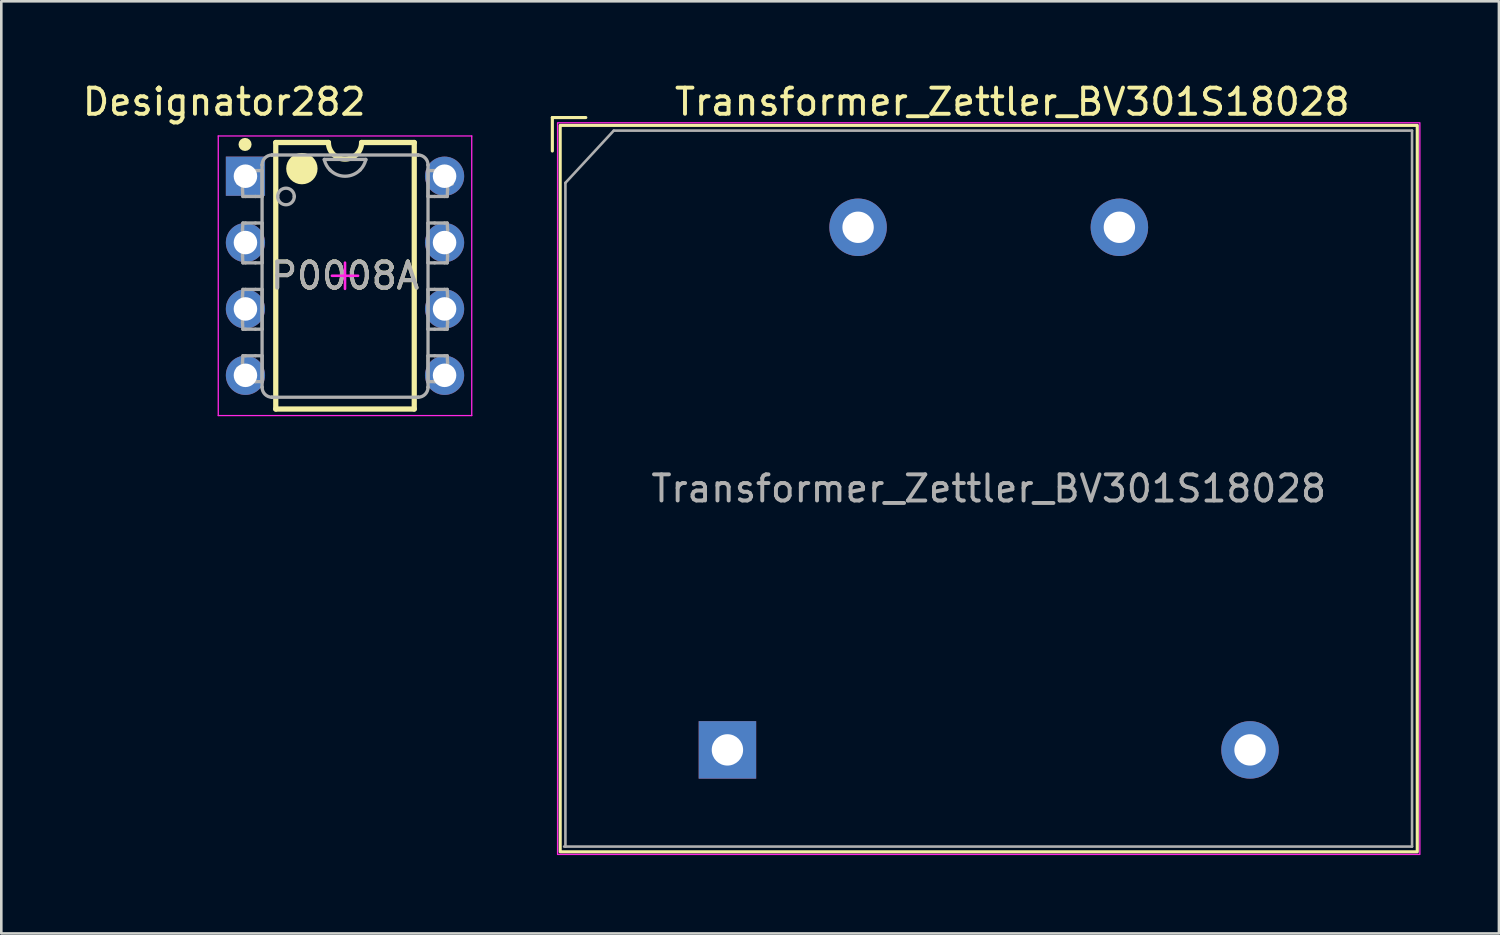
<source format=kicad_pcb>
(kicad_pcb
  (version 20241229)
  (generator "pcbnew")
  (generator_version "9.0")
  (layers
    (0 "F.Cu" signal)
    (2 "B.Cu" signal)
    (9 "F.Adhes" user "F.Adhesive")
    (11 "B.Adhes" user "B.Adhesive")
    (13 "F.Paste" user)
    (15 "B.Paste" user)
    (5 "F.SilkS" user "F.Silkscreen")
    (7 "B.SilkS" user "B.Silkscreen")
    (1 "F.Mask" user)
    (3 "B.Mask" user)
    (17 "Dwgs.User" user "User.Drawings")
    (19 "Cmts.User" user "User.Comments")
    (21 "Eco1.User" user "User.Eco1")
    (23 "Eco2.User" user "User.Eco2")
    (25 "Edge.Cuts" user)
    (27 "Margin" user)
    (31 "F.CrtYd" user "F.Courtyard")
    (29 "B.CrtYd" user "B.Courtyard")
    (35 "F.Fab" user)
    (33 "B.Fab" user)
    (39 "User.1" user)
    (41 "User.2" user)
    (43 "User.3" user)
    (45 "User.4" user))
  (footprint "Transformer_Zettler_BV301S18028"
    (layer "F.Cu")
    (at 24.788 5.648)
    (property "Reference" "Transformer_Zettler_BV301S18028" (at 10.9 -4.8 0) (layer "F.SilkS") (effects (font (size 1 1) (thickness 0.15))))
    (attr through_hole)
    (fp_line (start -6.7 -4.2) (end -5.42 -4.2) (stroke (width 0.12) (type default)) (layer "F.SilkS"))
    (fp_line (start -6.7 -2.92) (end -6.7 -4.2) (stroke (width 0.12) (type default)) (layer "F.SilkS"))
    (fp_rect (start -6.4 -3.9) (end 26.4 23.9) (stroke (width 0.12) (type default)) (fill no) (layer "F.SilkS"))
    (fp_rect (start -6.5 -4) (end 26.5 24) (stroke (width 0.05) (type default)) (fill no) (layer "F.CrtYd"))
    (fp_line (start -6.2 -1.7) (end -4.35 -3.7) (stroke (width 0.1) (type default)) (layer "F.Fab"))
    (fp_line (start -6.2 23.7) (end -6.2 -1.7) (stroke (width 0.1) (type default)) (layer "F.Fab"))
    (fp_line (start -4.35 -3.7) (end 26.2 -3.7) (stroke (width 0.1) (type default)) (layer "F.Fab"))
    (fp_line (start 26.2 -3.7) (end 26.2 23.7) (stroke (width 0.1) (type default)) (layer "F.Fab"))
    (fp_line (start 26.2 23.7) (end -6.25 23.7) (stroke (width 0.1) (type default)) (layer "F.Fab"))
    (fp_text user "${REFERENCE}" (at 10 10 0) (layer "F.Fab") (effects (font (size 1 1) (thickness 0.15))))
    (pad "1" thru_hole rect (at 0 20) (size 2.2 2.2) (drill 1.2) (layers "*.Cu" "*.Mask"))
    (pad "2" thru_hole circle (at 20 20) (size 2.2 2.2) (drill 1.2) (layers "*.Cu" "*.Mask"))
    (pad "3" thru_hole circle (at 5 0) (size 2.2 2.2) (drill 1.2) (layers "*.Cu" "*.Mask"))
    (pad "4" thru_hole circle (at 15 0) (size 2.2 2.2) (drill 1.2) (layers "*.Cu" "*.Mask")))
  (footprint "P0008A"
    (layer "F.Cu")
    (at 10.153 7.503)
    (property "Reference" "P0008A" (at 0 0 0) (unlocked yes) (layer "F.SilkS") (effects (font (size 1 1) (thickness 0.15))))
    (attr through_hole)
    (fp_line (start -2.65 -5.1) (end -0.635 -5.1) (stroke (width 0.2) (type solid)) (layer "F.SilkS"))
    (fp_line (start -2.65 5.1) (end -2.65 -5.1) (stroke (width 0.2) (type solid)) (layer "F.SilkS"))
    (fp_line (start -2.65 5.1) (end 2.65 5.1) (stroke (width 0.2) (type solid)) (layer "F.SilkS"))
    (fp_line (start 0.635 -5.1) (end 2.65 -5.1) (stroke (width 0.2) (type solid)) (layer "F.SilkS"))
    (fp_line (start 2.65 5.1) (end 2.65 -5.1) (stroke (width 0.2) (type solid)) (layer "F.SilkS"))
    (fp_arc (start 0.635 -5.1) (mid 0 -4.465) (end -0.635 -5.1) (stroke (width 0.2) (type solid)) (layer "F.SilkS"))
    (fp_circle (center -3.825 -5.025) (end -3.7 -5.025) (stroke (width 0.25) (type solid)) (fill no) (layer "F.SilkS"))
    (fp_circle (center -1.65 -4.1) (end -1.35 -4.1) (stroke (width 0.6) (type solid)) (fill no) (layer "F.SilkS"))
    (fp_line (start -4.85 -5.35) (end 4.85 -5.35) (stroke (width 0.05) (type solid)) (layer "F.CrtYd"))
    (fp_line (start -4.85 5.35) (end -4.85 -5.35) (stroke (width 0.05) (type solid)) (layer "F.CrtYd"))
    (fp_line (start -4.85 5.35) (end 4.85 5.35) (stroke (width 0.05) (type solid)) (layer "F.CrtYd"))
    (fp_line (start -0.5 0) (end 0.5 0) (stroke (width 0.1) (type solid)) (layer "F.CrtYd"))
    (fp_line (start 0 0.5) (end 0 -0.5) (stroke (width 0.1) (type solid)) (layer "F.CrtYd"))
    (fp_line (start 4.85 5.35) (end 4.85 -5.35) (stroke (width 0.05) (type solid)) (layer "F.CrtYd"))
    (fp_line (start -4.1 -4.025) (end -3.808 -4.025) (stroke (width 0.127) (type solid)) (layer "F.Fab"))
    (fp_line (start -4.1 -3.542) (end -4.1 -4.025) (stroke (width 0.127) (type solid)) (layer "F.Fab"))
    (fp_line (start -4.1 -3.542) (end -3.922 -3.542) (stroke (width 0.127) (type solid)) (layer "F.Fab"))
    (fp_line (start -4.1 -1.485) (end -3.922 -1.485) (stroke (width 0.127) (type solid)) (layer "F.Fab"))
    (fp_line (start -4.1 -1.028) (end -4.1 -1.485) (stroke (width 0.127) (type solid)) (layer "F.Fab"))
    (fp_line (start -4.1 -1.028) (end -3.922 -1.028) (stroke (width 0.127) (type solid)) (layer "F.Fab"))
    (fp_line (start -4.1 1.055) (end -3.922 1.055) (stroke (width 0.127) (type solid)) (layer "F.Fab"))
    (fp_line (start -4.1 1.512) (end -4.1 1.055) (stroke (width 0.127) (type solid)) (layer "F.Fab"))
    (fp_line (start -4.1 1.512) (end -3.922 1.512) (stroke (width 0.127) (type solid)) (layer "F.Fab"))
    (fp_line (start -4.1 3.544) (end -3.922 3.544) (stroke (width 0.127) (type solid)) (layer "F.Fab"))
    (fp_line (start -4.1 4.052) (end -4.1 3.544) (stroke (width 0.127) (type solid)) (layer "F.Fab"))
    (fp_line (start -4.1 4.052) (end -3.808 4.052) (stroke (width 0.127) (type solid)) (layer "F.Fab"))
    (fp_line (start -3.922 -3.288) (end -3.922 -3.542) (stroke (width 0.127) (type solid)) (layer "F.Fab"))
    (fp_line (start -3.922 -3.288) (end -3.908 -3.034) (stroke (width 0.127) (type solid)) (layer "F.Fab"))
    (fp_line (start -3.922 -1.764) (end -3.908 -2.018) (stroke (width 0.127) (type solid)) (layer "F.Fab"))
    (fp_line (start -3.922 -1.485) (end -3.922 -1.764) (stroke (width 0.127) (type solid)) (layer "F.Fab"))
    (fp_line (start -3.922 -0.748) (end -3.922 -1.028) (stroke (width 0.127) (type solid)) (layer "F.Fab"))
    (fp_line (start -3.922 -0.748) (end -3.908 -0.494) (stroke (width 0.127) (type solid)) (layer "F.Fab"))
    (fp_line (start -3.922 0.776) (end -3.908 0.522) (stroke (width 0.127) (type solid)) (layer "F.Fab"))
    (fp_line (start -3.922 1.055) (end -3.922 0.776) (stroke (width 0.127) (type solid)) (layer "F.Fab"))
    (fp_line (start -3.922 1.792) (end -3.922 1.512) (stroke (width 0.127) (type solid)) (layer "F.Fab"))
    (fp_line (start -3.922 1.792) (end -3.908 2.046) (stroke (width 0.127) (type solid)) (layer "F.Fab"))
    (fp_line (start -3.922 3.316) (end -3.908 3.062) (stroke (width 0.127) (type solid)) (layer "F.Fab"))
    (fp_line (start -3.922 3.544) (end -3.922 3.316) (stroke (width 0.127) (type solid)) (layer "F.Fab"))
    (fp_line (start -3.908 -3.034) (end -3.808 -3.034) (stroke (width 0.127) (type solid)) (layer "F.Fab"))
    (fp_line (start -3.908 -2.018) (end -3.808 -2.018) (stroke (width 0.127) (type solid)) (layer "F.Fab"))
    (fp_line (start -3.908 -0.494) (end -3.808 -0.494) (stroke (width 0.127) (type solid)) (layer "F.Fab"))
    (fp_line (start -3.908 0.522) (end -3.808 0.522) (stroke (width 0.127) (type solid)) (layer "F.Fab"))
    (fp_line (start -3.908 2.046) (end -3.808 2.046) (stroke (width 0.127) (type solid)) (layer "F.Fab"))
    (fp_line (start -3.908 3.062) (end -3.808 3.062) (stroke (width 0.127) (type solid)) (layer "F.Fab"))
    (fp_line (start -3.808 -4.025) (end -3.427 -4.025) (stroke (width 0.127) (type solid)) (layer "F.Fab"))
    (fp_line (start -3.808 -3.034) (end -3.427 -3.034) (stroke (width 0.127) (type solid)) (layer "F.Fab"))
    (fp_line (start -3.808 -2.018) (end -3.427 -2.018) (stroke (width 0.127) (type solid)) (layer "F.Fab"))
    (fp_line (start -3.808 -0.494) (end -3.427 -0.494) (stroke (width 0.127) (type solid)) (layer "F.Fab"))
    (fp_line (start -3.808 0.522) (end -3.427 0.522) (stroke (width 0.127) (type solid)) (layer "F.Fab"))
    (fp_line (start -3.808 2.046) (end -3.427 2.046) (stroke (width 0.127) (type solid)) (layer "F.Fab"))
    (fp_line (start -3.808 3.062) (end -3.427 3.062) (stroke (width 0.127) (type solid)) (layer "F.Fab"))
    (fp_line (start -3.808 4.052) (end -3.427 4.052) (stroke (width 0.127) (type solid)) (layer "F.Fab"))
    (fp_line (start -3.427 -4.025) (end -3.173 -4.025) (stroke (width 0.127) (type solid)) (layer "F.Fab"))
    (fp_line (start -3.427 -3.034) (end -3.173 -3.034) (stroke (width 0.127) (type solid)) (layer "F.Fab"))
    (fp_line (start -3.427 -2.018) (end -3.173 -2.018) (stroke (width 0.127) (type solid)) (layer "F.Fab"))
    (fp_line (start -3.427 -0.494) (end -3.173 -0.494) (stroke (width 0.127) (type solid)) (layer "F.Fab"))
    (fp_line (start -3.427 0.522) (end -3.173 0.522) (stroke (width 0.127) (type solid)) (layer "F.Fab"))
    (fp_line (start -3.427 2.046) (end -3.173 2.046) (stroke (width 0.127) (type solid)) (layer "F.Fab"))
    (fp_line (start -3.427 3.062) (end -3.173 3.062) (stroke (width 0.127) (type solid)) (layer "F.Fab"))
    (fp_line (start -3.427 4.052) (end -3.173 4.052) (stroke (width 0.127) (type solid)) (layer "F.Fab"))
    (fp_line (start -3.173 -4.241) (end -3.173 -4.245) (stroke (width 0.127) (type solid)) (layer "F.Fab"))
    (fp_line (start -3.173 -3.034) (end -3.173 -4.025) (stroke (width 0.127) (type solid)) (layer "F.Fab"))
    (fp_line (start -3.173 -0.494) (end -3.173 -2.018) (stroke (width 0.127) (type solid)) (layer "F.Fab"))
    (fp_line (start -3.173 2.046) (end -3.173 0.522) (stroke (width 0.127) (type solid)) (layer "F.Fab"))
    (fp_line (start -3.173 4.052) (end -3.173 3.062) (stroke (width 0.127) (type solid)) (layer "F.Fab"))
    (fp_line (start -3.173 4.268) (end -3.173 -4.241) (stroke (width 0.127) (type solid)) (layer "F.Fab"))
    (fp_line (start -3.173 4.272) (end -3.173 4.268) (stroke (width 0.127) (type solid)) (layer "F.Fab"))
    (fp_line (start -2.796 -4.622) (end -2.792 -4.622) (stroke (width 0.127) (type solid)) (layer "F.Fab"))
    (fp_line (start -2.796 4.649) (end -2.792 4.649) (stroke (width 0.127) (type solid)) (layer "F.Fab"))
    (fp_line (start -2.792 -4.622) (end 2.796 -4.622) (stroke (width 0.127) (type solid)) (layer "F.Fab"))
    (fp_line (start -2.792 4.649) (end 2.796 4.649) (stroke (width 0.127) (type solid)) (layer "F.Fab"))
    (fp_line (start -0.793 -4.452) (end -0.787 -4.427) (stroke (width 0.127) (type solid)) (layer "F.Fab"))
    (fp_line (start -0.793 -4.452) (end 0.797 -4.452) (stroke (width 0.127) (type solid)) (layer "F.Fab"))
    (fp_line (start 0.791 -4.427) (end 0.797 -4.452) (stroke (width 0.127) (type solid)) (layer "F.Fab"))
    (fp_line (start 2.796 -4.622) (end 2.8 -4.622) (stroke (width 0.127) (type solid)) (layer "F.Fab"))
    (fp_line (start 2.796 4.649) (end 2.8 4.649) (stroke (width 0.127) (type solid)) (layer "F.Fab"))
    (fp_line (start 3.177 -4.245) (end 3.177 -4.241) (stroke (width 0.127) (type solid)) (layer "F.Fab"))
    (fp_line (start 3.177 4.272) (end 3.177 4.268) (stroke (width 0.127) (type solid)) (layer "F.Fab"))
    (fp_line (start 3.177 -4.025) (end 3.431 -4.025) (stroke (width 0.127) (type solid)) (layer "F.Fab"))
    (fp_line (start 3.177 -3.034) (end 3.177 -4.025) (stroke (width 0.127) (type solid)) (layer "F.Fab"))
    (fp_line (start 3.177 -3.034) (end 3.431 -3.034) (stroke (width 0.127) (type solid)) (layer "F.Fab"))
    (fp_line (start 3.177 -2.018) (end 3.431 -2.018) (stroke (width 0.127) (type solid)) (layer "F.Fab"))
    (fp_line (start 3.177 -0.494) (end 3.177 -2.018) (stroke (width 0.127) (type solid)) (layer "F.Fab"))
    (fp_line (start 3.177 -0.494) (end 3.431 -0.494) (stroke (width 0.127) (type solid)) (layer "F.Fab"))
    (fp_line (start 3.177 0.522) (end 3.431 0.522) (stroke (width 0.127) (type solid)) (layer "F.Fab"))
    (fp_line (start 3.177 2.046) (end 3.177 0.522) (stroke (width 0.127) (type solid)) (layer "F.Fab"))
    (fp_line (start 3.177 2.046) (end 3.431 2.046) (stroke (width 0.127) (type solid)) (layer "F.Fab"))
    (fp_line (start 3.177 3.062) (end 3.431 3.062) (stroke (width 0.127) (type solid)) (layer "F.Fab"))
    (fp_line (start 3.177 4.052) (end 3.177 3.062) (stroke (width 0.127) (type solid)) (layer "F.Fab"))
    (fp_line (start 3.177 4.052) (end 3.431 4.052) (stroke (width 0.127) (type solid)) (layer "F.Fab"))
    (fp_line (start 3.177 4.268) (end 3.177 -4.241) (stroke (width 0.127) (type solid)) (layer "F.Fab"))
    (fp_line (start 3.431 -4.025) (end 3.812 -4.025) (stroke (width 0.127) (type solid)) (layer "F.Fab"))
    (fp_line (start 3.431 -3.034) (end 3.812 -3.034) (stroke (width 0.127) (type solid)) (layer "F.Fab"))
    (fp_line (start 3.431 -2.018) (end 3.812 -2.018) (stroke (width 0.127) (type solid)) (layer "F.Fab"))
    (fp_line (start 3.431 -0.494) (end 3.812 -0.494) (stroke (width 0.127) (type solid)) (layer "F.Fab"))
    (fp_line (start 3.431 0.522) (end 3.812 0.522) (stroke (width 0.127) (type solid)) (layer "F.Fab"))
    (fp_line (start 3.431 2.046) (end 3.812 2.046) (stroke (width 0.127) (type solid)) (layer "F.Fab"))
    (fp_line (start 3.431 3.062) (end 3.812 3.062) (stroke (width 0.127) (type solid)) (layer "F.Fab"))
    (fp_line (start 3.431 4.052) (end 3.812 4.052) (stroke (width 0.127) (type solid)) (layer "F.Fab"))
    (fp_line (start 3.812 -4.025) (end 4.104 -4.025) (stroke (width 0.127) (type solid)) (layer "F.Fab"))
    (fp_line (start 3.812 -3.034) (end 3.912 -3.034) (stroke (width 0.127) (type solid)) (layer "F.Fab"))
    (fp_line (start 3.812 -2.018) (end 3.912 -2.018) (stroke (width 0.127) (type solid)) (layer "F.Fab"))
    (fp_line (start 3.812 -0.494) (end 3.912 -0.494) (stroke (width 0.127) (type solid)) (layer "F.Fab"))
    (fp_line (start 3.812 0.522) (end 3.912 0.522) (stroke (width 0.127) (type solid)) (layer "F.Fab"))
    (fp_line (start 3.812 2.046) (end 3.912 2.046) (stroke (width 0.127) (type solid)) (layer "F.Fab"))
    (fp_line (start 3.812 3.062) (end 3.912 3.062) (stroke (width 0.127) (type solid)) (layer "F.Fab"))
    (fp_line (start 3.812 4.052) (end 4.104 4.052) (stroke (width 0.127) (type solid)) (layer "F.Fab"))
    (fp_line (start 3.912 -3.034) (end 3.925 -3.288) (stroke (width 0.127) (type solid)) (layer "F.Fab"))
    (fp_line (start 3.912 -2.018) (end 3.925 -1.764) (stroke (width 0.127) (type solid)) (layer "F.Fab"))
    (fp_line (start 3.912 -0.494) (end 3.925 -0.748) (stroke (width 0.127) (type solid)) (layer "F.Fab"))
    (fp_line (start 3.912 0.522) (end 3.925 0.776) (stroke (width 0.127) (type solid)) (layer "F.Fab"))
    (fp_line (start 3.912 2.046) (end 3.925 1.792) (stroke (width 0.127) (type solid)) (layer "F.Fab"))
    (fp_line (start 3.912 3.062) (end 3.925 3.316) (stroke (width 0.127) (type solid)) (layer "F.Fab"))
    (fp_line (start 3.925 -3.517) (end 4.104 -3.517) (stroke (width 0.127) (type solid)) (layer "F.Fab"))
    (fp_line (start 3.925 -3.288) (end 3.925 -3.517) (stroke (width 0.127) (type solid)) (layer "F.Fab"))
    (fp_line (start 3.925 -1.485) (end 3.925 -1.764) (stroke (width 0.127) (type solid)) (layer "F.Fab"))
    (fp_line (start 3.925 -1.485) (end 4.104 -1.485) (stroke (width 0.127) (type solid)) (layer "F.Fab"))
    (fp_line (start 3.925 -1.028) (end 4.104 -1.028) (stroke (width 0.127) (type solid)) (layer "F.Fab"))
    (fp_line (start 3.925 -0.748) (end 3.925 -1.028) (stroke (width 0.127) (type solid)) (layer "F.Fab"))
    (fp_line (start 3.925 1.055) (end 3.925 0.776) (stroke (width 0.127) (type solid)) (layer "F.Fab"))
    (fp_line (start 3.925 1.055) (end 4.104 1.055) (stroke (width 0.127) (type solid)) (layer "F.Fab"))
    (fp_line (start 3.925 1.512) (end 4.104 1.512) (stroke (width 0.127) (type solid)) (layer "F.Fab"))
    (fp_line (start 3.925 1.792) (end 3.925 1.512) (stroke (width 0.127) (type solid)) (layer "F.Fab"))
    (fp_line (start 3.925 3.57) (end 3.925 3.316) (stroke (width 0.127) (type solid)) (layer "F.Fab"))
    (fp_line (start 3.925 3.57) (end 4.104 3.57) (stroke (width 0.127) (type solid)) (layer "F.Fab"))
    (fp_line (start 4.104 -3.517) (end 4.104 -4.025) (stroke (width 0.127) (type solid)) (layer "F.Fab"))
    (fp_line (start 4.104 -1.028) (end 4.104 -1.485) (stroke (width 0.127) (type solid)) (layer "F.Fab"))
    (fp_line (start 4.104 1.512) (end 4.104 1.055) (stroke (width 0.127) (type solid)) (layer "F.Fab"))
    (fp_line (start 4.104 4.052) (end 4.104 3.57) (stroke (width 0.127) (type solid)) (layer "F.Fab"))
    (fp_arc (start -3.173077 -4.244584) (mid -3.06149 -4.510306) (end -2.79576 -4.621875) (stroke (width 0.127) (type solid)) (layer "F.Fab"))
    (fp_arc (start -2.79576 4.649099) (mid -3.06149 4.53753) (end -3.173077 4.271808) (stroke (width 0.127) (type solid)) (layer "F.Fab"))
    (fp_arc (start -2.576177 -3.034401) (mid -2.258677 -3.351901) (end -1.941177 -3.034401) (stroke (width 0.127) (type solid)) (layer "F.Fab"))
    (fp_arc (start -1.941177 -3.034401) (mid -2.258677 -2.716901) (end -2.576177 -3.034401) (stroke (width 0.127) (type solid)) (layer "F.Fab"))
    (fp_arc (start -0.575393 -4.04974) (mid -0.706851 -4.224035) (end -0.787178 -4.427032) (stroke (width 0.127) (type solid)) (layer "F.Fab"))
    (fp_arc (start 0.579214 -4.049739) (mid 0.001909 -3.809096) (end -0.575395 -4.04974) (stroke (width 0.127) (type solid)) (layer "F.Fab"))
    (fp_arc (start 0.791025 -4.427032) (mid 0.710686 -4.224033) (end 0.579215 -4.049739) (stroke (width 0.127) (type solid)) (layer "F.Fab"))
    (fp_arc (start 2.799605 -4.621875) (mid 3.065323 -4.510301) (end 3.176897 -4.244584) (stroke (width 0.127) (type solid)) (layer "F.Fab"))
    (fp_arc (start 3.176897 4.271807) (mid 3.065323 4.537524) (end 2.799606 4.649099) (stroke (width 0.127) (type solid)) (layer "F.Fab"))
    (fp_text user "Designator282" (at -4.623 -6.655 0) (unlocked yes) (layer "F.SilkS") (effects (font (size 1 1) (thickness 0.15))))
    (fp_text user "${REFERENCE}" (at 0 0 0) (unlocked yes) (layer "F.Fab") (effects (font (size 1 1) (thickness 0.15))))
    (pad "1" thru_hole rect (at -3.81 -3.81) (size 1.5 1.5) (drill 0.9) (layers "*.Cu" "*.Mask"))
    (pad "2" thru_hole circle (at -3.81 -1.27) (size 1.5 1.5) (drill 0.9) (layers "*.Cu" "*.Mask"))
    (pad "3" thru_hole circle (at -3.81 1.27) (size 1.5 1.5) (drill 0.9) (layers "*.Cu" "*.Mask"))
    (pad "4" thru_hole circle (at -3.81 3.81) (size 1.5 1.5) (drill 0.9) (layers "*.Cu" "*.Mask"))
    (pad "5" thru_hole circle (at 3.81 3.81) (size 1.5 1.5) (drill 0.9) (layers "*.Cu" "*.Mask"))
    (pad "6" thru_hole circle (at 3.81 1.27) (size 1.5 1.5) (drill 0.9) (layers "*.Cu" "*.Mask"))
    (pad "7" thru_hole circle (at 3.81 -1.27) (size 1.5 1.5) (drill 0.9) (layers "*.Cu" "*.Mask"))
    (pad "8" thru_hole circle (at 3.81 -3.81) (size 1.5 1.5) (drill 0.9) (layers "*.Cu" "*.Mask")))
  (gr_rect
    (start -3 -3)
    (end 54.313 32.673)
    (stroke (width 0.1) (type default))
    (fill no)
    (layer "Edge.Cuts")))
</source>
